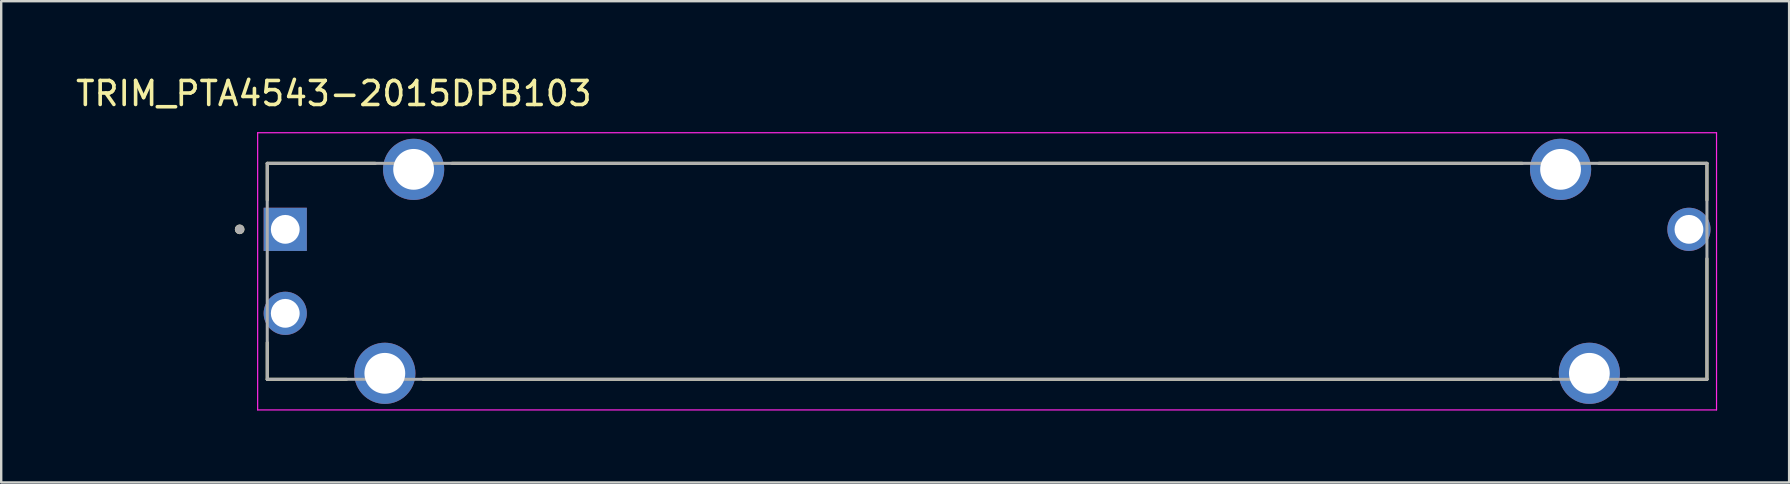
<source format=kicad_pcb>
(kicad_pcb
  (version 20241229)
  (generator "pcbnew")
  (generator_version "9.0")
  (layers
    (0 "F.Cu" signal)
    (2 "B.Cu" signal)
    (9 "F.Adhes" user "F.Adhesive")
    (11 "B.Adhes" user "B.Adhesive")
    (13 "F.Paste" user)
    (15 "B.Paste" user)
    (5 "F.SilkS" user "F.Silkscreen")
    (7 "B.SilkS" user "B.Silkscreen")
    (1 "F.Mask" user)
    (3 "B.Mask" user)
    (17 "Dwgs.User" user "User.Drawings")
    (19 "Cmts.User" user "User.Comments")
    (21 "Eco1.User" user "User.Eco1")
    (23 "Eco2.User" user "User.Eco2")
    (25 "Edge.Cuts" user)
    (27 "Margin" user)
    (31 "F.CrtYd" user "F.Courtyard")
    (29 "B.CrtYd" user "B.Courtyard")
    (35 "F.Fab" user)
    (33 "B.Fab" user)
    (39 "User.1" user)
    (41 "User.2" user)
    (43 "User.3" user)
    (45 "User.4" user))
  (footprint "TRIM_PTA4543-2015DPB103"
    (layer "F.Cu")
    (at 38.088 8.258)
    (property "Reference" "TRIM_PTA4543-2015DPB103" (at -27.225 -7.41 0) (layer "F.SilkS") (effects (font (size 1 1) (thickness 0.15))))
    (attr through_hole)
    (fp_line (start -30 -4.5) (end -30 -2.97) (stroke (width 0.127) (type solid)) (layer "F.SilkS"))
    (fp_line (start -30 -4.5) (end -25.495 -4.5) (stroke (width 0.127) (type solid)) (layer "F.SilkS"))
    (fp_line (start -30 4.5) (end -30 2.97) (stroke (width 0.127) (type solid)) (layer "F.SilkS"))
    (fp_line (start -30 4.5) (end -26.695 4.5) (stroke (width 0.127) (type solid)) (layer "F.SilkS"))
    (fp_line (start -23.505 4.5) (end 23.505 4.5) (stroke (width 0.127) (type solid)) (layer "F.SilkS"))
    (fp_line (start -22.305 -4.5) (end 22.305 -4.5) (stroke (width 0.127) (type solid)) (layer "F.SilkS"))
    (fp_line (start 25.495 -4.5) (end 30 -4.5) (stroke (width 0.127) (type solid)) (layer "F.SilkS"))
    (fp_line (start 26.695 4.5) (end 30 4.5) (stroke (width 0.127) (type solid)) (layer "F.SilkS"))
    (fp_line (start 30 -4.5) (end 30 -2.97) (stroke (width 0.127) (type solid)) (layer "F.SilkS"))
    (fp_line (start 30 4.5) (end 30 -0.53) (stroke (width 0.127) (type solid)) (layer "F.SilkS"))
    (fp_circle (center -31.15 -1.75) (end -31.05 -1.75) (stroke (width 0.2) (type solid)) (fill no) (layer "F.SilkS"))
    (fp_line (start -30.4 -5.775) (end -30.4 5.775) (stroke (width 0.05) (type solid)) (layer "F.CrtYd"))
    (fp_line (start -30.4 5.775) (end 30.4 5.775) (stroke (width 0.05) (type solid)) (layer "F.CrtYd"))
    (fp_line (start 30.4 -5.775) (end -30.4 -5.775) (stroke (width 0.05) (type solid)) (layer "F.CrtYd"))
    (fp_line (start 30.4 5.775) (end 30.4 -5.775) (stroke (width 0.05) (type solid)) (layer "F.CrtYd"))
    (fp_line (start -30 -4.5) (end -30 4.5) (stroke (width 0.127) (type solid)) (layer "F.Fab"))
    (fp_line (start -30 -4.5) (end 30 -4.5) (stroke (width 0.127) (type solid)) (layer "F.Fab"))
    (fp_line (start -30 4.5) (end 30 4.5) (stroke (width 0.127) (type solid)) (layer "F.Fab"))
    (fp_line (start 30 -4.5) (end 30 4.5) (stroke (width 0.127) (type solid)) (layer "F.Fab"))
    (fp_circle (center -31.15 -1.75) (end -31.05 -1.75) (stroke (width 0.2) (type solid)) (fill no) (layer "F.Fab"))
    (pad "1" thru_hole rect (at -29.25 -1.75) (size 1.8 1.8) (drill 1.2) (layers "*.Cu" "*.Mask"))
    (pad "2" thru_hole circle (at -29.25 1.75) (size 1.8 1.8) (drill 1.2) (layers "*.Cu" "*.Mask"))
    (pad "3" thru_hole circle (at 29.25 -1.75) (size 1.8 1.8) (drill 1.2) (layers "*.Cu" "*.Mask"))
    (pad "S1" thru_hole circle (at -23.9 -4.25) (size 2.55 2.55) (drill 1.7) (layers "*.Cu" "*.Mask"))
    (pad "S2" thru_hole circle (at -25.1 4.25) (size 2.55 2.55) (drill 1.7) (layers "*.Cu" "*.Mask"))
    (pad "S3" thru_hole circle (at 23.9 -4.25) (size 2.55 2.55) (drill 1.7) (layers "*.Cu" "*.Mask"))
    (pad "S4" thru_hole circle (at 25.1 4.25) (size 2.55 2.55) (drill 1.7) (layers "*.Cu" "*.Mask")))
  (gr_rect
    (start -3 -3)
    (end 71.513 17.058)
    (stroke (width 0.1) (type default))
    (fill no)
    (layer "Edge.Cuts")))
</source>
